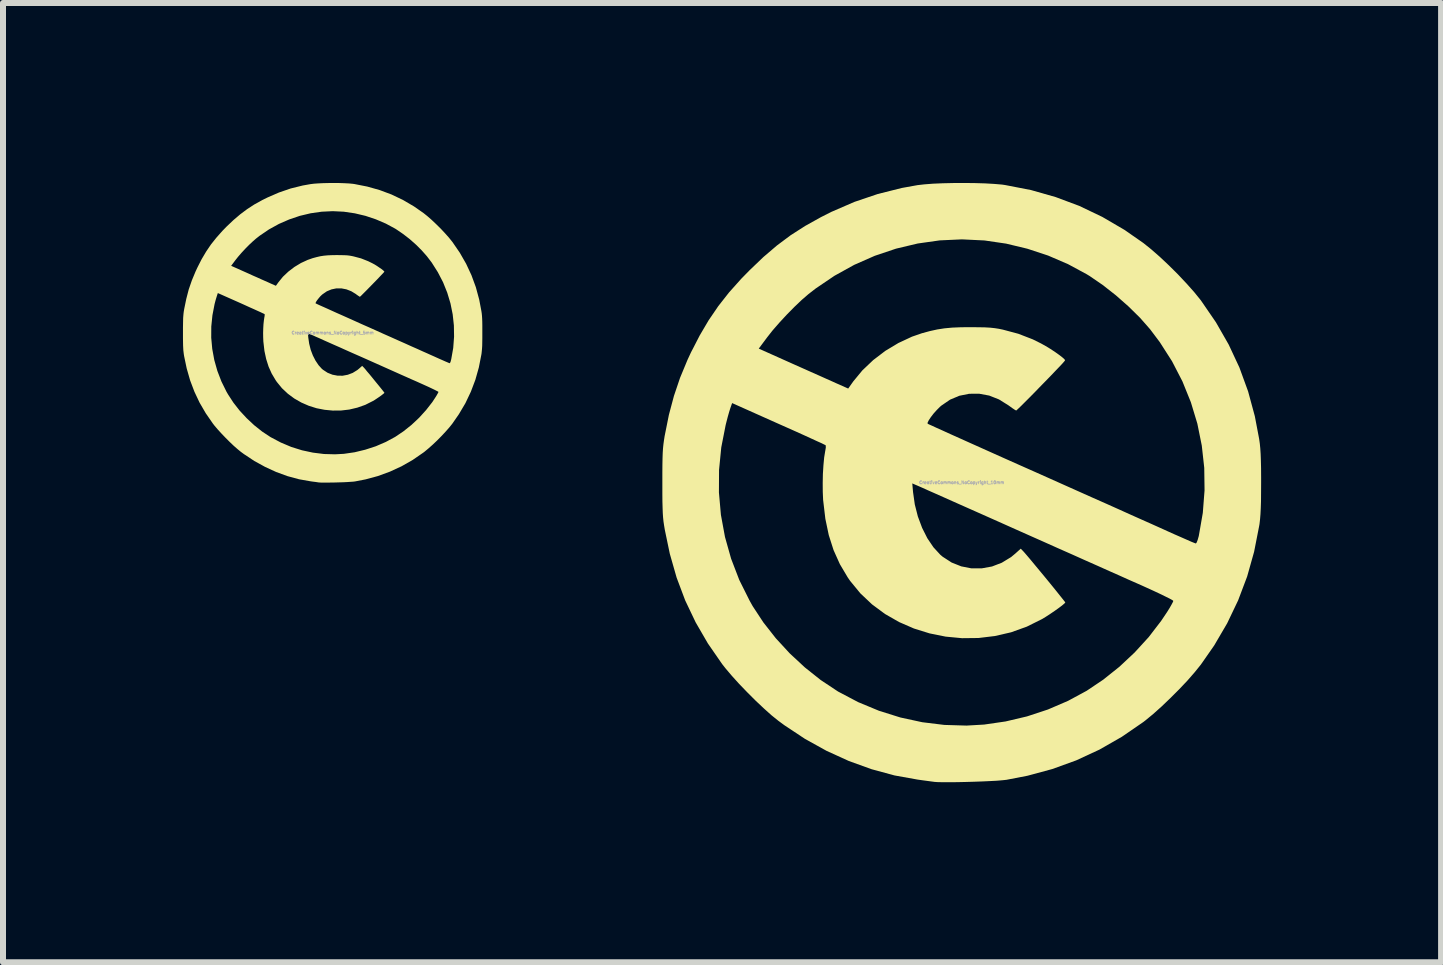
<source format=kicad_pcb>
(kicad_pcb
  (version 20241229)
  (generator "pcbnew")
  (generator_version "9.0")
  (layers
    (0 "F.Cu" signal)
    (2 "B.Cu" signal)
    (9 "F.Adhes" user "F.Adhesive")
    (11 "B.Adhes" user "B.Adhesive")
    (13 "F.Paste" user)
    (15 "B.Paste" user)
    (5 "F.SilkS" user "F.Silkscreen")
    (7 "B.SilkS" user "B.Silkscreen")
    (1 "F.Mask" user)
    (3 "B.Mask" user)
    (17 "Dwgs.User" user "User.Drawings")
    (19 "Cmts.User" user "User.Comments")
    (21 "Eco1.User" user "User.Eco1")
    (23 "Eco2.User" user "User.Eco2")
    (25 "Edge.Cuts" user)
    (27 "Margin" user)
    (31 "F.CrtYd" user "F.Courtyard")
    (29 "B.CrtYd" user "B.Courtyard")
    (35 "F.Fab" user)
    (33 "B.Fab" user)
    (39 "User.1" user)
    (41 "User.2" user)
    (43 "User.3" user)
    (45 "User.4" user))
  (footprint "CreativeCommons_NoCopyright_5mm"
    (layer "F.Cu")
    (at 2.495 2.497)
    (property "Reference" "CreativeCommons_NoCopyright_5mm" (at 0 0 0) (layer "F.Fab") (effects (font (size 0.05 0.05) (thickness 0.013))))
    (attr board_only exclude_from_pos_files exclude_from_bom)
    (fp_poly (pts (xy 0.111 -2.496) (xy 0.196 -2.493) (xy 0.273 -2.489) (xy 0.337 -2.483) (xy 0.364 -2.479) (xy 0.577 -2.437) (xy 0.783 -2.379) (xy 0.981 -2.305) (xy 1.172 -2.214) (xy 1.356 -2.106) (xy 1.514 -1.996) (xy 1.579 -1.944) (xy 1.651 -1.881) (xy 1.726 -1.81) (xy 1.802 -1.735) (xy 1.873 -1.659) (xy 1.938 -1.586) (xy 1.991 -1.52) (xy 1.996 -1.514) (xy 2.119 -1.335) (xy 2.225 -1.15) (xy 2.314 -0.959) (xy 2.387 -0.76) (xy 2.443 -0.553) (xy 2.479 -0.364) (xy 2.485 -0.325) (xy 2.489 -0.285) (xy 2.492 -0.239) (xy 2.494 -0.185) (xy 2.495 -0.12) (xy 2.495 -0.041) (xy 2.495 0) (xy 2.495 0.086) (xy 2.494 0.157) (xy 2.493 0.216) (xy 2.49 0.265) (xy 2.486 0.307) (xy 2.482 0.346) (xy 2.479 0.364) (xy 2.437 0.578) (xy 2.379 0.784) (xy 2.304 0.982) (xy 2.213 1.174) (xy 2.104 1.358) (xy 1.993 1.518) (xy 1.943 1.58) (xy 1.882 1.649) (xy 1.814 1.722) (xy 1.741 1.796) (xy 1.667 1.866) (xy 1.596 1.929) (xy 1.531 1.983) (xy 1.514 1.996) (xy 1.334 2.12) (xy 1.148 2.226) (xy 0.955 2.315) (xy 0.756 2.388) (xy 0.549 2.444) (xy 0.373 2.478) (xy 0.34 2.482) (xy 0.293 2.485) (xy 0.236 2.489) (xy 0.171 2.492) (xy 0.101 2.494) (xy 0.03 2.496) (xy -0.039 2.497) (xy -0.102 2.498) (xy -0.158 2.498) (xy -0.201 2.497) (xy -0.231 2.495) (xy -0.232 2.495) (xy -0.251 2.492) (xy -0.284 2.487) (xy -0.326 2.482) (xy -0.368 2.476) (xy -0.56 2.442) (xy -0.752 2.39) (xy -0.941 2.321) (xy -1.126 2.236) (xy -1.306 2.137) (xy -1.478 2.023) (xy -1.53 1.985) (xy -1.586 1.939) (xy -1.65 1.883) (xy -1.718 1.818) (xy -1.787 1.749) (xy -1.854 1.679) (xy -1.916 1.611) (xy -1.969 1.549) (xy -1.996 1.514) (xy -2.115 1.342) (xy -2.218 1.165) (xy -2.304 0.983) (xy -2.376 0.793) (xy -2.433 0.594) (xy -2.475 0.394) (xy -2.481 0.358) (xy -2.485 0.325) (xy -2.489 0.291) (xy -2.491 0.254) (xy -2.493 0.211) (xy -2.494 0.159) (xy -2.495 0.095) (xy -2.495 0.083) (xy -2.024 0.083) (xy -2.007 0.269) (xy -1.973 0.454) (xy -1.922 0.635) (xy -1.854 0.812) (xy -1.769 0.984) (xy -1.742 1.03) (xy -1.654 1.165) (xy -1.55 1.298) (xy -1.433 1.424) (xy -1.308 1.541) (xy -1.176 1.646) (xy -1.04 1.736) (xy -1.03 1.742) (xy -0.863 1.83) (xy -0.69 1.903) (xy -0.511 1.959) (xy -0.329 1.998) (xy -0.144 2.021) (xy 0.04 2.026) (xy 0.187 2.018) (xy 0.366 1.992) (xy 0.544 1.949) (xy 0.719 1.892) (xy 0.886 1.82) (xy 1.042 1.736) (xy 1.18 1.643) (xy 1.314 1.536) (xy 1.442 1.416) (xy 1.558 1.288) (xy 1.662 1.155) (xy 1.711 1.08) (xy 1.733 1.045) (xy 1.75 1.015) (xy 1.761 0.994) (xy 1.764 0.986) (xy 1.756 0.98) (xy 1.733 0.968) (xy 1.698 0.95) (xy 1.652 0.928) (xy 1.597 0.902) (xy 1.535 0.874) (xy 1.502 0.859) (xy 1.455 0.838) (xy 1.393 0.81) (xy 1.317 0.777) (xy 1.23 0.738) (xy 1.133 0.695) (xy 1.028 0.648) (xy 0.916 0.598) (xy 0.8 0.546) (xy 0.681 0.493) (xy 0.56 0.439) (xy 0.445 0.388) (xy 0.331 0.338) (xy 0.221 0.289) (xy 0.117 0.242) (xy 0.019 0.199) (xy -0.071 0.159) (xy -0.152 0.123) (xy -0.222 0.091) (xy -0.282 0.065) (xy -0.328 0.044) (xy -0.361 0.03) (xy -0.379 0.022) (xy -0.381 0.021) (xy -0.412 0.008) (xy -0.406 0.081) (xy -0.391 0.183) (xy -0.366 0.283) (xy -0.33 0.378) (xy -0.286 0.464) (xy -0.235 0.54) (xy -0.179 0.602) (xy -0.159 0.618) (xy -0.084 0.667) (xy -0.003 0.699) (xy 0.081 0.715) (xy 0.167 0.716) (xy 0.252 0.7) (xy 0.334 0.669) (xy 0.412 0.621) (xy 0.447 0.592) (xy 0.492 0.552) (xy 0.514 0.574) (xy 0.526 0.587) (xy 0.547 0.611) (xy 0.574 0.645) (xy 0.608 0.684) (xy 0.645 0.729) (xy 0.683 0.776) (xy 0.722 0.824) (xy 0.76 0.87) (xy 0.794 0.912) (xy 0.823 0.948) (xy 0.845 0.976) (xy 0.859 0.994) (xy 0.863 1) (xy 0.856 1.009) (xy 0.836 1.025) (xy 0.808 1.047) (xy 0.774 1.071) (xy 0.737 1.096) (xy 0.701 1.12) (xy 0.668 1.139) (xy 0.543 1.202) (xy 0.412 1.248) (xy 0.277 1.28) (xy 0.14 1.296) (xy 0.002 1.297) (xy -0.134 1.284) (xy -0.268 1.258) (xy -0.398 1.217) (xy -0.522 1.163) (xy -0.639 1.096) (xy -0.747 1.016) (xy -0.845 0.924) (xy -0.93 0.82) (xy -0.95 0.791) (xy -1.016 0.68) (xy -1.068 0.564) (xy -1.108 0.438) (xy -1.137 0.303) (xy -1.154 0.154) (xy -1.155 0.146) (xy -1.158 0.078) (xy -1.159 0.005) (xy -1.157 -0.071) (xy -1.153 -0.143) (xy -1.146 -0.208) (xy -1.138 -0.26) (xy -1.136 -0.268) (xy -1.133 -0.292) (xy -1.133 -0.309) (xy -1.135 -0.311) (xy -1.144 -0.316) (xy -1.168 -0.327) (xy -1.206 -0.345) (xy -1.255 -0.367) (xy -1.314 -0.394) (xy -1.382 -0.424) (xy -1.456 -0.458) (xy -1.527 -0.49) (xy -1.914 -0.662) (xy -1.929 -0.616) (xy -1.938 -0.587) (xy -1.95 -0.547) (xy -1.962 -0.502) (xy -1.968 -0.479) (xy -2.004 -0.292) (xy -2.023 -0.105) (xy -2.024 0.083) (xy -2.495 0.083) (xy -2.495 0.016) (xy -2.495 0) (xy -2.495 -0.082) (xy -2.494 -0.148) (xy -2.493 -0.202) (xy -2.492 -0.247) (xy -2.489 -0.285) (xy -2.486 -0.319) (xy -2.482 -0.352) (xy -2.476 -0.387) (xy -2.475 -0.394) (xy -2.44 -0.564) (xy -2.399 -0.722) (xy -2.347 -0.873) (xy -2.285 -1.022) (xy -2.255 -1.086) (xy -2.24 -1.116) (xy -1.692 -1.116) (xy -1.398 -0.985) (xy -1.326 -0.952) (xy -1.255 -0.921) (xy -1.189 -0.891) (xy -1.13 -0.865) (xy -1.08 -0.843) (xy -1.043 -0.826) (xy -1.025 -0.818) (xy -0.946 -0.783) (xy -0.903 -0.843) (xy -0.828 -0.935) (xy -0.738 -1.02) (xy -0.637 -1.097) (xy -0.528 -1.163) (xy -0.415 -1.215) (xy -0.332 -1.244) (xy -0.265 -1.262) (xy -0.204 -1.276) (xy -0.144 -1.285) (xy -0.079 -1.291) (xy -0.005 -1.294) (xy 0.073 -1.295) (xy 0.14 -1.294) (xy 0.193 -1.293) (xy 0.237 -1.291) (xy 0.274 -1.287) (xy 0.31 -1.281) (xy 0.344 -1.274) (xy 0.473 -1.24) (xy 0.592 -1.193) (xy 0.661 -1.159) (xy 0.7 -1.138) (xy 0.74 -1.113) (xy 0.778 -1.087) (xy 0.813 -1.063) (xy 0.84 -1.042) (xy 0.857 -1.026) (xy 0.862 -1.018) (xy 0.855 -1.009) (xy 0.837 -0.989) (xy 0.81 -0.961) (xy 0.776 -0.925) (xy 0.737 -0.884) (xy 0.694 -0.84) (xy 0.65 -0.795) (xy 0.606 -0.75) (xy 0.565 -0.708) (xy 0.527 -0.67) (xy 0.496 -0.639) (xy 0.472 -0.615) (xy 0.457 -0.602) (xy 0.454 -0.6) (xy 0.444 -0.605) (xy 0.423 -0.619) (xy 0.396 -0.638) (xy 0.388 -0.645) (xy 0.311 -0.692) (xy 0.229 -0.724) (xy 0.146 -0.74) (xy 0.062 -0.74) (xy -0.02 -0.723) (xy -0.097 -0.691) (xy -0.168 -0.642) (xy -0.18 -0.632) (xy -0.208 -0.605) (xy -0.234 -0.574) (xy -0.257 -0.545) (xy -0.275 -0.518) (xy -0.284 -0.499) (xy -0.284 -0.49) (xy -0.275 -0.486) (xy -0.25 -0.474) (xy -0.211 -0.456) (xy -0.159 -0.433) (xy -0.094 -0.404) (xy -0.019 -0.37) (xy 0.067 -0.331) (xy 0.162 -0.289) (xy 0.265 -0.243) (xy 0.374 -0.194) (xy 0.489 -0.142) (xy 0.605 -0.091) (xy 0.73 -0.035) (xy 0.854 0.021) (xy 0.976 0.075) (xy 1.094 0.128) (xy 1.207 0.178) (xy 1.313 0.226) (xy 1.411 0.269) (xy 1.499 0.309) (xy 1.576 0.343) (xy 1.64 0.372) (xy 1.69 0.394) (xy 1.714 0.405) (xy 1.774 0.432) (xy 1.829 0.456) (xy 1.876 0.477) (xy 1.914 0.493) (xy 1.94 0.504) (xy 1.951 0.508) (xy 1.951 0.508) (xy 1.958 0.5) (xy 1.967 0.479) (xy 1.975 0.447) (xy 1.977 0.44) (xy 2.01 0.253) (xy 2.024 0.065) (xy 2.021 -0.122) (xy 2.001 -0.307) (xy 1.964 -0.49) (xy 1.91 -0.669) (xy 1.84 -0.843) (xy 1.753 -1.01) (xy 1.651 -1.171) (xy 1.57 -1.277) (xy 1.486 -1.372) (xy 1.39 -1.468) (xy 1.285 -1.561) (xy 1.175 -1.646) (xy 1.067 -1.72) (xy 1.042 -1.736) (xy 0.886 -1.82) (xy 0.72 -1.891) (xy 0.547 -1.949) (xy 0.37 -1.991) (xy 0.193 -2.017) (xy 0.187 -2.018) (xy 0.002 -2.027) (xy -0.183 -2.018) (xy -0.366 -1.992) (xy -0.547 -1.949) (xy -0.724 -1.889) (xy -0.896 -1.814) (xy -1.061 -1.723) (xy -1.217 -1.617) (xy -1.277 -1.57) (xy -1.332 -1.522) (xy -1.394 -1.464) (xy -1.458 -1.399) (xy -1.52 -1.332) (xy -1.577 -1.266) (xy -1.623 -1.208) (xy -1.692 -1.116) (xy -2.24 -1.116) (xy -2.184 -1.226) (xy -2.109 -1.353) (xy -2.029 -1.471) (xy -1.939 -1.584) (xy -1.838 -1.698) (xy -1.769 -1.769) (xy -1.653 -1.879) (xy -1.54 -1.975) (xy -1.425 -2.061) (xy -1.305 -2.139) (xy -1.173 -2.212) (xy -1.086 -2.255) (xy -0.895 -2.338) (xy -0.7 -2.405) (xy -0.498 -2.455) (xy -0.368 -2.478) (xy -0.311 -2.485) (xy -0.24 -2.49) (xy -0.158 -2.494) (xy -0.07 -2.496) (xy 0.021 -2.497)) (stroke (width 0) (type solid)) (fill yes) (layer "F.SilkS")))
  (footprint "CreativeCommons_NoCopyright_10mm"
    (layer "F.Cu")
    (at 12.981 4.993)
    (property "Reference" "CreativeCommons_NoCopyright_10mm" (at 0 0 0) (layer "F.Fab") (effects (font (size 0.05 0.05) (thickness 0.013))))
    (attr board_only exclude_from_pos_files exclude_from_bom)
    (fp_poly (pts (xy 0.221 -4.991) (xy 0.392 -4.986) (xy 0.545 -4.977) (xy 0.674 -4.966) (xy 0.727 -4.958) (xy 1.155 -4.875) (xy 1.566 -4.758) (xy 1.962 -4.61) (xy 2.344 -4.427) (xy 2.712 -4.212) (xy 3.027 -3.993) (xy 3.158 -3.888) (xy 3.302 -3.762) (xy 3.453 -3.62) (xy 3.604 -3.47) (xy 3.747 -3.318) (xy 3.876 -3.173) (xy 3.983 -3.041) (xy 3.993 -3.027) (xy 4.238 -2.67) (xy 4.45 -2.3) (xy 4.629 -1.917) (xy 4.774 -1.519) (xy 4.886 -1.106) (xy 4.958 -0.727) (xy 4.969 -0.65) (xy 4.977 -0.569) (xy 4.983 -0.477) (xy 4.987 -0.37) (xy 4.99 -0.24) (xy 4.991 -0.082) (xy 4.991 0) (xy 4.99 0.172) (xy 4.989 0.314) (xy 4.985 0.431) (xy 4.98 0.529) (xy 4.973 0.615) (xy 4.964 0.693) (xy 4.958 0.727) (xy 4.874 1.155) (xy 4.758 1.567) (xy 4.608 1.964) (xy 4.425 2.347) (xy 4.209 2.716) (xy 3.986 3.036) (xy 3.886 3.16) (xy 3.765 3.299) (xy 3.627 3.445) (xy 3.481 3.591) (xy 3.334 3.732) (xy 3.192 3.859) (xy 3.062 3.966) (xy 3.027 3.993) (xy 2.669 4.239) (xy 2.297 4.452) (xy 1.911 4.631) (xy 1.511 4.776) (xy 1.097 4.888) (xy 0.745 4.956) (xy 0.68 4.963) (xy 0.587 4.971) (xy 0.472 4.977) (xy 0.341 4.983) (xy 0.202 4.988) (xy 0.061 4.992) (xy -0.077 4.995) (xy -0.205 4.996) (xy -0.315 4.996) (xy -0.403 4.994) (xy -0.461 4.99) (xy -0.464 4.989) (xy -0.503 4.984) (xy -0.569 4.975) (xy -0.652 4.964) (xy -0.736 4.952) (xy -1.12 4.883) (xy -1.503 4.779) (xy -1.882 4.642) (xy -2.253 4.473) (xy -2.612 4.274) (xy -2.956 4.046) (xy -3.059 3.97) (xy -3.172 3.879) (xy -3.299 3.765) (xy -3.436 3.636) (xy -3.574 3.498) (xy -3.709 3.358) (xy -3.832 3.222) (xy -3.938 3.097) (xy -3.993 3.027) (xy -4.231 2.683) (xy -4.435 2.331) (xy -4.609 1.966) (xy -4.752 1.586) (xy -4.866 1.187) (xy -4.949 0.789) (xy -4.961 0.717) (xy -4.971 0.65) (xy -4.978 0.582) (xy -4.983 0.508) (xy -4.986 0.422) (xy -4.989 0.318) (xy -4.99 0.19) (xy -4.99 0.165) (xy -4.047 0.165) (xy -4.014 0.539) (xy -3.946 0.908) (xy -3.844 1.27) (xy -3.708 1.624) (xy -3.537 1.967) (xy -3.485 2.06) (xy -3.307 2.331) (xy -3.099 2.596) (xy -2.867 2.848) (xy -2.615 3.082) (xy -2.351 3.292) (xy -2.08 3.472) (xy -2.06 3.485) (xy -1.726 3.661) (xy -1.379 3.805) (xy -1.022 3.917) (xy -0.657 3.996) (xy -0.289 4.041) (xy 0.08 4.052) (xy 0.374 4.035) (xy 0.732 3.983) (xy 1.088 3.899) (xy 1.437 3.784) (xy 1.772 3.64) (xy 2.083 3.472) (xy 2.36 3.286) (xy 2.629 3.071) (xy 2.883 2.833) (xy 3.117 2.577) (xy 3.323 2.309) (xy 3.423 2.16) (xy 3.466 2.091) (xy 3.5 2.031) (xy 3.522 1.989) (xy 3.527 1.973) (xy 3.511 1.96) (xy 3.466 1.935) (xy 3.395 1.9) (xy 3.303 1.855) (xy 3.194 1.804) (xy 3.071 1.748) (xy 3.005 1.718) (xy 2.91 1.676) (xy 2.785 1.621) (xy 2.634 1.553) (xy 2.46 1.476) (xy 2.266 1.389) (xy 2.056 1.296) (xy 1.833 1.196) (xy 1.6 1.093) (xy 1.361 0.986) (xy 1.12 0.879) (xy 0.891 0.777) (xy 0.663 0.675) (xy 0.443 0.577) (xy 0.234 0.484) (xy 0.038 0.397) (xy -0.142 0.317) (xy -0.303 0.245) (xy -0.445 0.182) (xy -0.563 0.13) (xy -0.656 0.088) (xy -0.722 0.059) (xy -0.757 0.044) (xy -0.762 0.042) (xy -0.824 0.015) (xy -0.811 0.161) (xy -0.782 0.366) (xy -0.731 0.566) (xy -0.66 0.756) (xy -0.573 0.929) (xy -0.471 1.08) (xy -0.357 1.204) (xy -0.318 1.237) (xy -0.168 1.334) (xy -0.007 1.398) (xy 0.162 1.431) (xy 0.334 1.431) (xy 0.505 1.4) (xy 0.669 1.337) (xy 0.823 1.243) (xy 0.894 1.184) (xy 0.984 1.103) (xy 1.027 1.147) (xy 1.051 1.174) (xy 1.093 1.223) (xy 1.149 1.289) (xy 1.215 1.369) (xy 1.289 1.458) (xy 1.367 1.552) (xy 1.445 1.647) (xy 1.52 1.739) (xy 1.588 1.823) (xy 1.646 1.896) (xy 1.691 1.952) (xy 1.719 1.988) (xy 1.727 2) (xy 1.712 2.017) (xy 1.673 2.05) (xy 1.616 2.093) (xy 1.547 2.142) (xy 1.473 2.192) (xy 1.401 2.239) (xy 1.336 2.278) (xy 1.085 2.403) (xy 0.823 2.497) (xy 0.554 2.559) (xy 0.28 2.592) (xy 0.005 2.595) (xy -0.268 2.569) (xy -0.536 2.515) (xy -0.796 2.434) (xy -1.044 2.326) (xy -1.278 2.192) (xy -1.494 2.032) (xy -1.689 1.848) (xy -1.86 1.64) (xy -1.9 1.582) (xy -2.031 1.361) (xy -2.136 1.127) (xy -2.216 0.877) (xy -2.273 0.605) (xy -2.308 0.308) (xy -2.31 0.292) (xy -2.316 0.157) (xy -2.317 0.009) (xy -2.314 -0.142) (xy -2.305 -0.286) (xy -2.293 -0.416) (xy -2.276 -0.52) (xy -2.273 -0.536) (xy -2.265 -0.585) (xy -2.267 -0.617) (xy -2.269 -0.622) (xy -2.288 -0.631) (xy -2.336 -0.655) (xy -2.412 -0.689) (xy -2.51 -0.734) (xy -2.628 -0.788) (xy -2.763 -0.849) (xy -2.911 -0.915) (xy -3.055 -0.979) (xy -3.827 -1.324) (xy -3.859 -1.233) (xy -3.877 -1.175) (xy -3.9 -1.094) (xy -3.923 -1.005) (xy -3.935 -0.957) (xy -4.008 -0.585) (xy -4.045 -0.21) (xy -4.047 0.165) (xy -4.99 0.165) (xy -4.99 0.032) (xy -4.99 0) (xy -4.99 -0.164) (xy -4.989 -0.297) (xy -4.987 -0.405) (xy -4.984 -0.494) (xy -4.979 -0.57) (xy -4.972 -0.638) (xy -4.963 -0.704) (xy -4.952 -0.775) (xy -4.949 -0.789) (xy -4.881 -1.128) (xy -4.797 -1.443) (xy -4.695 -1.745) (xy -4.571 -2.044) (xy -4.511 -2.173) (xy -4.48 -2.232) (xy -3.383 -2.232) (xy -2.796 -1.969) (xy -2.652 -1.905) (xy -2.511 -1.842) (xy -2.378 -1.783) (xy -2.26 -1.73) (xy -2.161 -1.686) (xy -2.086 -1.652) (xy -2.051 -1.637) (xy -1.892 -1.566) (xy -1.807 -1.686) (xy -1.656 -1.869) (xy -1.476 -2.04) (xy -1.274 -2.194) (xy -1.056 -2.325) (xy -0.829 -2.431) (xy -0.664 -2.488) (xy -0.531 -2.524) (xy -0.409 -2.551) (xy -0.287 -2.57) (xy -0.158 -2.582) (xy -0.011 -2.588) (xy 0.145 -2.589) (xy 0.28 -2.588) (xy 0.387 -2.586) (xy 0.474 -2.581) (xy 0.549 -2.573) (xy 0.62 -2.562) (xy 0.687 -2.548) (xy 0.945 -2.479) (xy 1.185 -2.386) (xy 1.322 -2.318) (xy 1.399 -2.275) (xy 1.48 -2.226) (xy 1.557 -2.175) (xy 1.626 -2.126) (xy 1.68 -2.084) (xy 1.715 -2.052) (xy 1.723 -2.036) (xy 1.709 -2.018) (xy 1.674 -1.978) (xy 1.62 -1.921) (xy 1.552 -1.85) (xy 1.474 -1.768) (xy 1.388 -1.68) (xy 1.3 -1.59) (xy 1.213 -1.5) (xy 1.13 -1.416) (xy 1.054 -1.34) (xy 0.991 -1.277) (xy 0.943 -1.231) (xy 0.915 -1.205) (xy 0.908 -1.2) (xy 0.888 -1.21) (xy 0.846 -1.238) (xy 0.792 -1.277) (xy 0.775 -1.289) (xy 0.621 -1.385) (xy 0.459 -1.449) (xy 0.291 -1.48) (xy 0.124 -1.479) (xy -0.039 -1.446) (xy -0.194 -1.381) (xy -0.336 -1.284) (xy -0.361 -1.263) (xy -0.415 -1.209) (xy -0.469 -1.149) (xy -0.515 -1.089) (xy -0.55 -1.036) (xy -0.569 -0.997) (xy -0.568 -0.98) (xy -0.55 -0.971) (xy -0.501 -0.949) (xy -0.423 -0.913) (xy -0.318 -0.866) (xy -0.189 -0.807) (xy -0.037 -0.739) (xy 0.134 -0.662) (xy 0.324 -0.577) (xy 0.529 -0.485) (xy 0.748 -0.387) (xy 0.979 -0.284) (xy 1.209 -0.182) (xy 1.46 -0.07) (xy 1.708 0.041) (xy 1.952 0.15) (xy 2.189 0.256) (xy 2.415 0.356) (xy 2.627 0.451) (xy 2.822 0.539) (xy 2.999 0.618) (xy 3.152 0.686) (xy 3.281 0.744) (xy 3.381 0.789) (xy 3.427 0.81) (xy 3.547 0.864) (xy 3.657 0.912) (xy 3.752 0.954) (xy 3.827 0.987) (xy 3.879 1.008) (xy 3.902 1.016) (xy 3.903 1.017) (xy 3.916 1.001) (xy 3.933 0.958) (xy 3.951 0.895) (xy 3.954 0.88) (xy 4.019 0.506) (xy 4.048 0.131) (xy 4.043 -0.244) (xy 4.002 -0.615) (xy 3.928 -0.981) (xy 3.82 -1.338) (xy 3.679 -1.686) (xy 3.506 -2.021) (xy 3.301 -2.341) (xy 3.14 -2.555) (xy 2.973 -2.745) (xy 2.779 -2.936) (xy 2.569 -3.121) (xy 2.351 -3.292) (xy 2.134 -3.441) (xy 2.083 -3.472) (xy 1.772 -3.64) (xy 1.44 -3.783) (xy 1.094 -3.897) (xy 0.74 -3.982) (xy 0.385 -4.034) (xy 0.374 -4.035) (xy 0.004 -4.053) (xy -0.366 -4.036) (xy -0.733 -3.984) (xy -1.095 -3.898) (xy -1.449 -3.779) (xy -1.792 -3.628) (xy -2.121 -3.446) (xy -2.434 -3.234) (xy -2.555 -3.14) (xy -2.665 -3.045) (xy -2.788 -2.928) (xy -2.916 -2.798) (xy -3.04 -2.664) (xy -3.154 -2.533) (xy -3.246 -2.416) (xy -3.383 -2.232) (xy -4.48 -2.232) (xy -4.367 -2.452) (xy -4.218 -2.705) (xy -4.057 -2.941) (xy -3.878 -3.169) (xy -3.675 -3.396) (xy -3.537 -3.537) (xy -3.306 -3.758) (xy -3.08 -3.951) (xy -2.851 -4.122) (xy -2.609 -4.277) (xy -2.347 -4.423) (xy -2.173 -4.511) (xy -1.79 -4.677) (xy -1.4 -4.809) (xy -0.997 -4.91) (xy -0.736 -4.957) (xy -0.622 -4.97) (xy -0.48 -4.981) (xy -0.317 -4.988) (xy -0.141 -4.992) (xy 0.041 -4.993)) (stroke (width 0) (type solid)) (fill yes) (layer "F.SilkS")))
  (gr_rect
    (start -3 -3)
    (end 20.972 12.99)
    (stroke (width 0.1) (type default))
    (fill no)
    (layer "Edge.Cuts")))
</source>
